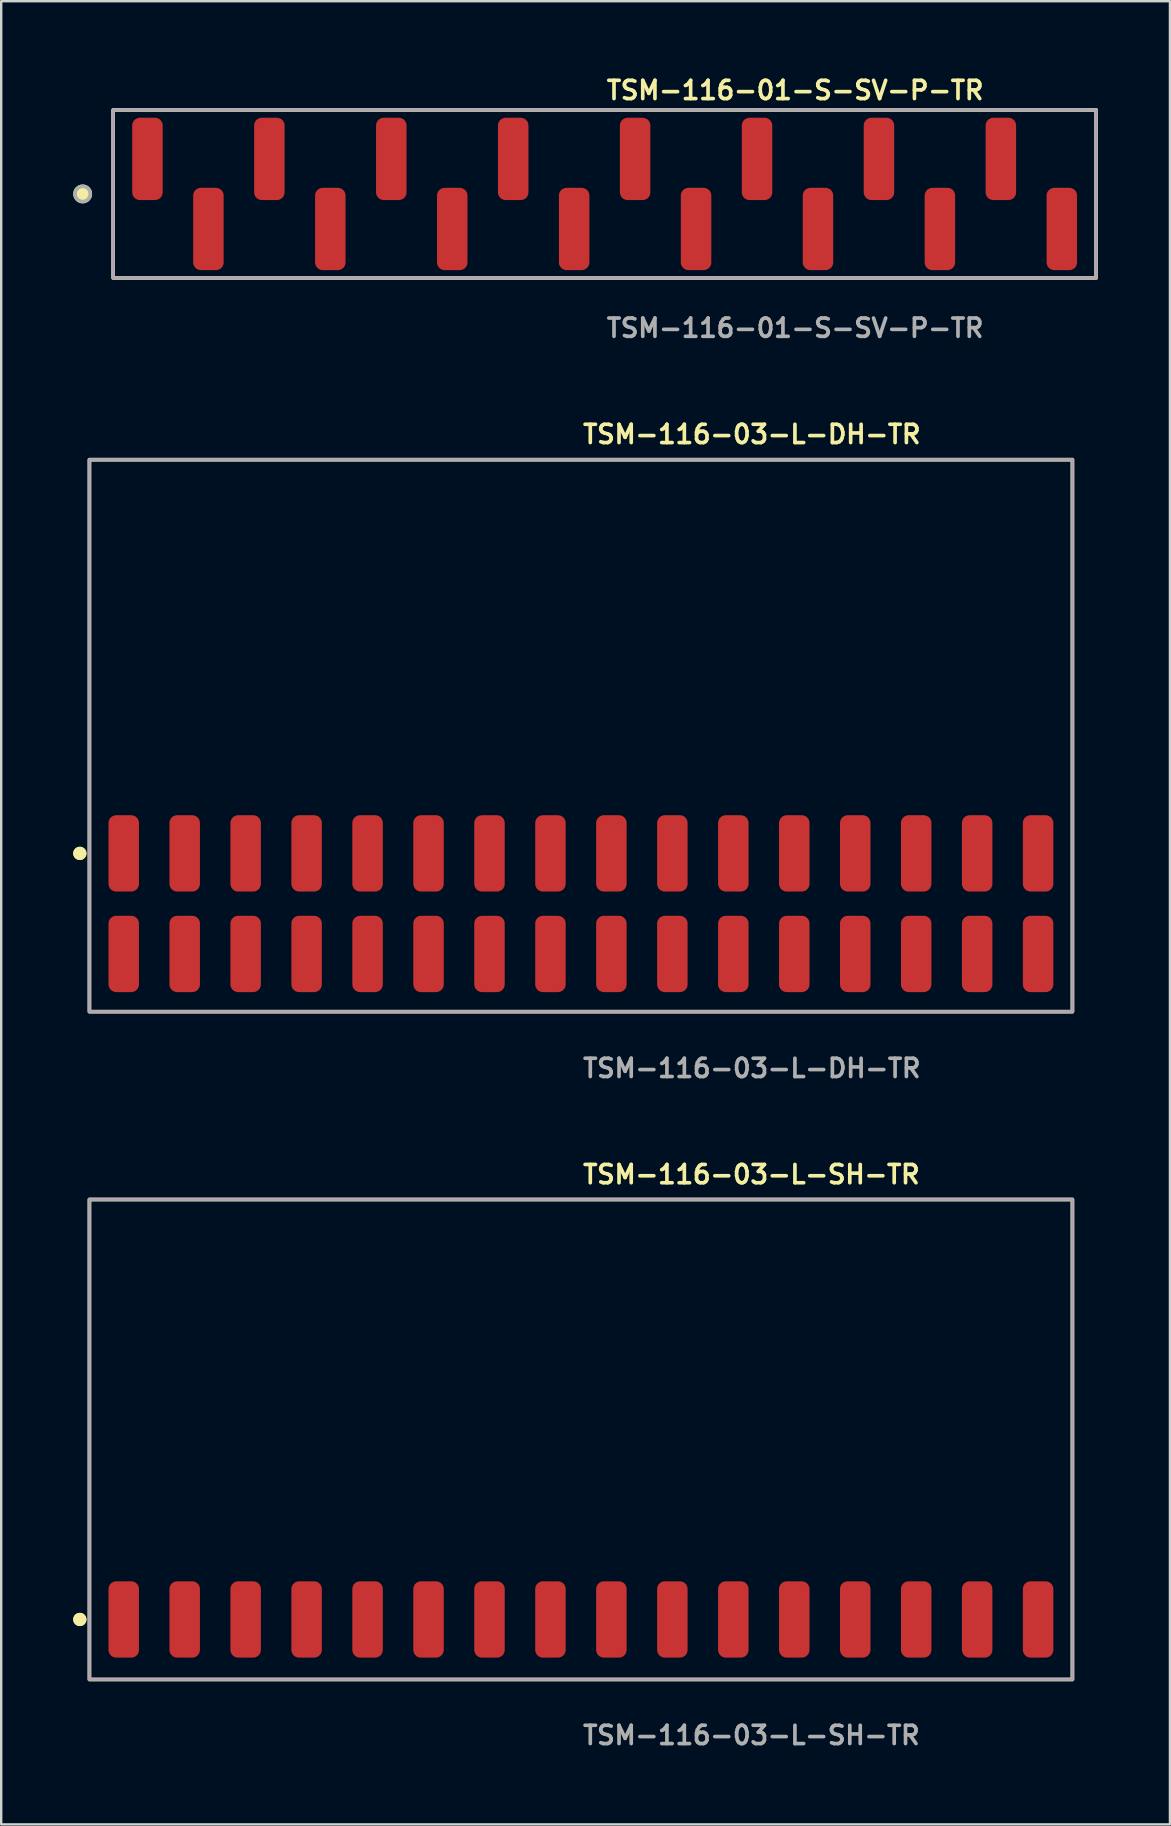
<source format=kicad_pcb>
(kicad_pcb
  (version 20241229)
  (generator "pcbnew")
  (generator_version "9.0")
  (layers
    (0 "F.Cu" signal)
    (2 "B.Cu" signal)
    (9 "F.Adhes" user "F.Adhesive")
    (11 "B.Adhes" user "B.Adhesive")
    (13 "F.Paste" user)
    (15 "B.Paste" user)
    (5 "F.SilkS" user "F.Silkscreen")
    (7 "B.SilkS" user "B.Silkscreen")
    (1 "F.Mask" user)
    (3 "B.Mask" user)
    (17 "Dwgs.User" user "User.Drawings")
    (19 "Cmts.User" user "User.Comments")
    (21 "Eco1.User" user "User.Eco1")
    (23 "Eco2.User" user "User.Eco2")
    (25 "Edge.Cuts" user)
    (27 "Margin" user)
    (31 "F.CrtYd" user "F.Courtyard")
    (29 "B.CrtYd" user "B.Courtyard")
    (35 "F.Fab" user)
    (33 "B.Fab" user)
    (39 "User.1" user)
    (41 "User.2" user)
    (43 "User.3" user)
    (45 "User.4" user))
  (footprint "TSM-116-01-S-SV-P-TR"
    (layer "F.Cu")
    (at 22.144 5.031)
    (property "Reference" "TSM-116-01-S-SV-P-TR" (at 0 -4.318 0) (unlocked yes) (layer "F.SilkS") (effects (font (size 0.762 0.762) (thickness 0.152)) (justify left)))
    (fp_rect (start -20.48 3.5) (end 20.48 -3.5) (stroke (width 0.152) (type solid)) (fill no) (layer "F.SilkS"))
    (fp_circle (center -21.75 0) (end -22.067 0) (stroke (width 0.152) (type solid)) (fill yes) (layer "F.SilkS"))
    (fp_rect (start -20.48 3.5) (end 20.48 -3.5) (stroke (width 0.006) (type solid)) (fill no) (layer "F.CrtYd"))
    (fp_rect (start -20.48 3.5) (end 20.48 -3.5) (stroke (width 0.152) (type solid)) (fill no) (layer "F.Fab"))
    (fp_circle (center -21.75 0) (end -22.067 0) (stroke (width 0.152) (type solid)) (fill no) (layer "F.Fab"))
    (fp_text user "${REFERENCE}" (at 0 5.588 0) (unlocked yes) (layer "F.Fab") (effects (font (size 0.762 0.762) (thickness 0.152)) (justify left)))
    (pad "1" smd roundrect (at -19.05 -1.46) (size 1.27 3.43) (layers "F.Cu" "F.Paste") (roundrect_rratio 0.25))
    (pad "2" smd roundrect (at -16.51 1.46) (size 1.27 3.43) (layers "F.Cu" "F.Paste") (roundrect_rratio 0.25))
    (pad "3" smd roundrect (at -13.97 -1.46) (size 1.27 3.43) (layers "F.Cu" "F.Paste") (roundrect_rratio 0.25))
    (pad "4" smd roundrect (at -11.43 1.46) (size 1.27 3.43) (layers "F.Cu" "F.Paste") (roundrect_rratio 0.25))
    (pad "5" smd roundrect (at -8.89 -1.46) (size 1.27 3.43) (layers "F.Cu" "F.Paste") (roundrect_rratio 0.25))
    (pad "6" smd roundrect (at -6.35 1.46) (size 1.27 3.43) (layers "F.Cu" "F.Paste") (roundrect_rratio 0.25))
    (pad "7" smd roundrect (at -3.81 -1.46) (size 1.27 3.43) (layers "F.Cu" "F.Paste") (roundrect_rratio 0.25))
    (pad "8" smd roundrect (at -1.27 1.46) (size 1.27 3.43) (layers "F.Cu" "F.Paste") (roundrect_rratio 0.25))
    (pad "9" smd roundrect (at 1.27 -1.46) (size 1.27 3.43) (layers "F.Cu" "F.Paste") (roundrect_rratio 0.25))
    (pad "10" smd roundrect (at 3.81 1.46) (size 1.27 3.43) (layers "F.Cu" "F.Paste") (roundrect_rratio 0.25))
    (pad "11" smd roundrect (at 6.35 -1.46) (size 1.27 3.43) (layers "F.Cu" "F.Paste") (roundrect_rratio 0.25))
    (pad "12" smd roundrect (at 8.89 1.46) (size 1.27 3.43) (layers "F.Cu" "F.Paste") (roundrect_rratio 0.25))
    (pad "13" smd roundrect (at 11.43 -1.46) (size 1.27 3.43) (layers "F.Cu" "F.Paste") (roundrect_rratio 0.25))
    (pad "14" smd roundrect (at 13.97 1.46) (size 1.27 3.43) (layers "F.Cu" "F.Paste") (roundrect_rratio 0.25))
    (pad "15" smd roundrect (at 16.51 -1.46) (size 1.27 3.43) (layers "F.Cu" "F.Paste") (roundrect_rratio 0.25))
    (pad "16" smd roundrect (at 19.05 1.46) (size 1.27 3.43) (layers "F.Cu" "F.Paste") (roundrect_rratio 0.25)))
  (footprint "TSM-116-03-L-SH-TR"
    (layer "F.Cu")
    (at 21.156 64.43)
    (property "Reference" "TSM-116-03-L-SH-TR" (at 0 -18.542 0) (unlocked yes) (layer "F.SilkS") (effects (font (size 0.762 0.762) (thickness 0.152)) (justify left)))
    (fp_rect (start -20.48 2.5) (end 20.48 -17.5) (stroke (width 0.152) (type solid)) (fill no) (layer "F.SilkS"))
    (fp_circle (center -20.88 0) (end -21.08 0) (stroke (width 0.152) (type solid)) (fill yes) (layer "F.SilkS"))
    (fp_circle (center -20.88 0) (end -21.08 0) (stroke (width 0.152) (type solid)) (fill yes) (layer "F.SilkS"))
    (fp_rect (start -20.48 2.5) (end 20.48 -17.5) (stroke (width 0.006) (type solid)) (fill no) (layer "F.CrtYd"))
    (fp_rect (start -20.48 2.5) (end 20.48 -17.5) (stroke (width 0.152) (type solid)) (fill no) (layer "F.Fab"))
    (fp_text user "${REFERENCE}" (at 0 4.826 0) (unlocked yes) (layer "F.Fab") (effects (font (size 0.762 0.762) (thickness 0.152)) (justify left)))
    (pad "1" smd roundrect (at -19.05 0) (size 1.27 3.18) (layers "F.Cu" "F.Paste") (roundrect_rratio 0.25))
    (pad "2" smd roundrect (at -16.51 0) (size 1.27 3.18) (layers "F.Cu" "F.Paste") (roundrect_rratio 0.25))
    (pad "3" smd roundrect (at -13.97 0) (size 1.27 3.18) (layers "F.Cu" "F.Paste") (roundrect_rratio 0.25))
    (pad "4" smd roundrect (at -11.43 0) (size 1.27 3.18) (layers "F.Cu" "F.Paste") (roundrect_rratio 0.25))
    (pad "5" smd roundrect (at -8.89 0) (size 1.27 3.18) (layers "F.Cu" "F.Paste") (roundrect_rratio 0.25))
    (pad "6" smd roundrect (at -6.35 0) (size 1.27 3.18) (layers "F.Cu" "F.Paste") (roundrect_rratio 0.25))
    (pad "7" smd roundrect (at -3.81 0) (size 1.27 3.18) (layers "F.Cu" "F.Paste") (roundrect_rratio 0.25))
    (pad "8" smd roundrect (at -1.27 0) (size 1.27 3.18) (layers "F.Cu" "F.Paste") (roundrect_rratio 0.25))
    (pad "9" smd roundrect (at 1.27 0) (size 1.27 3.18) (layers "F.Cu" "F.Paste") (roundrect_rratio 0.25))
    (pad "10" smd roundrect (at 3.81 0) (size 1.27 3.18) (layers "F.Cu" "F.Paste") (roundrect_rratio 0.25))
    (pad "11" smd roundrect (at 6.35 0) (size 1.27 3.18) (layers "F.Cu" "F.Paste") (roundrect_rratio 0.25))
    (pad "12" smd roundrect (at 8.89 0) (size 1.27 3.18) (layers "F.Cu" "F.Paste") (roundrect_rratio 0.25))
    (pad "13" smd roundrect (at 11.43 0) (size 1.27 3.18) (layers "F.Cu" "F.Paste") (roundrect_rratio 0.25))
    (pad "14" smd roundrect (at 13.97 0) (size 1.27 3.18) (layers "F.Cu" "F.Paste") (roundrect_rratio 0.25))
    (pad "15" smd roundrect (at 16.51 0) (size 1.27 3.18) (layers "F.Cu" "F.Paste") (roundrect_rratio 0.25))
    (pad "16" smd roundrect (at 19.05 0) (size 1.27 3.18) (layers "F.Cu" "F.Paste") (roundrect_rratio 0.25)))
  (footprint "TSM-116-03-L-DH-TR"
    (layer "F.Cu")
    (at 21.156 34.604)
    (property "Reference" "TSM-116-03-L-DH-TR" (at 0 -19.558 0) (unlocked yes) (layer "F.SilkS") (effects (font (size 0.762 0.762) (thickness 0.152)) (justify left)))
    (fp_rect (start -20.48 4.5) (end 20.48 -18.5) (stroke (width 0.152) (type solid)) (fill no) (layer "F.SilkS"))
    (fp_circle (center -20.88 -2.095) (end -21.08 -2.095) (stroke (width 0.152) (type solid)) (fill yes) (layer "F.SilkS"))
    (fp_circle (center -20.88 -2.095) (end -21.08 -2.095) (stroke (width 0.152) (type solid)) (fill yes) (layer "F.SilkS"))
    (fp_rect (start -20.48 4.5) (end 20.48 -18.5) (stroke (width 0.006) (type solid)) (fill no) (layer "F.CrtYd"))
    (fp_rect (start -20.48 4.5) (end 20.48 -18.5) (stroke (width 0.152) (type solid)) (fill no) (layer "F.Fab"))
    (fp_text user "${REFERENCE}" (at 0 6.858 0) (unlocked yes) (layer "F.Fab") (effects (font (size 0.762 0.762) (thickness 0.152)) (justify left)))
    (pad "1" smd roundrect (at -19.05 2.095) (size 1.27 3.18) (layers "F.Cu" "F.Paste") (roundrect_rratio 0.25))
    (pad "2" smd roundrect (at -19.05 -2.095) (size 1.27 3.18) (layers "F.Cu" "F.Paste") (roundrect_rratio 0.25))
    (pad "3" smd roundrect (at -16.51 2.095) (size 1.27 3.18) (layers "F.Cu" "F.Paste") (roundrect_rratio 0.25))
    (pad "4" smd roundrect (at -16.51 -2.095) (size 1.27 3.18) (layers "F.Cu" "F.Paste") (roundrect_rratio 0.25))
    (pad "5" smd roundrect (at -13.97 2.095) (size 1.27 3.18) (layers "F.Cu" "F.Paste") (roundrect_rratio 0.25))
    (pad "6" smd roundrect (at -13.97 -2.095) (size 1.27 3.18) (layers "F.Cu" "F.Paste") (roundrect_rratio 0.25))
    (pad "7" smd roundrect (at -11.43 2.095) (size 1.27 3.18) (layers "F.Cu" "F.Paste") (roundrect_rratio 0.25))
    (pad "8" smd roundrect (at -11.43 -2.095) (size 1.27 3.18) (layers "F.Cu" "F.Paste") (roundrect_rratio 0.25))
    (pad "9" smd roundrect (at -8.89 2.095) (size 1.27 3.18) (layers "F.Cu" "F.Paste") (roundrect_rratio 0.25))
    (pad "10" smd roundrect (at -8.89 -2.095) (size 1.27 3.18) (layers "F.Cu" "F.Paste") (roundrect_rratio 0.25))
    (pad "11" smd roundrect (at -6.35 2.095) (size 1.27 3.18) (layers "F.Cu" "F.Paste") (roundrect_rratio 0.25))
    (pad "12" smd roundrect (at -6.35 -2.095) (size 1.27 3.18) (layers "F.Cu" "F.Paste") (roundrect_rratio 0.25))
    (pad "13" smd roundrect (at -3.81 2.095) (size 1.27 3.18) (layers "F.Cu" "F.Paste") (roundrect_rratio 0.25))
    (pad "14" smd roundrect (at -3.81 -2.095) (size 1.27 3.18) (layers "F.Cu" "F.Paste") (roundrect_rratio 0.25))
    (pad "15" smd roundrect (at -1.27 2.095) (size 1.27 3.18) (layers "F.Cu" "F.Paste") (roundrect_rratio 0.25))
    (pad "16" smd roundrect (at -1.27 -2.095) (size 1.27 3.18) (layers "F.Cu" "F.Paste") (roundrect_rratio 0.25))
    (pad "17" smd roundrect (at 1.27 2.095) (size 1.27 3.18) (layers "F.Cu" "F.Paste") (roundrect_rratio 0.25))
    (pad "18" smd roundrect (at 1.27 -2.095) (size 1.27 3.18) (layers "F.Cu" "F.Paste") (roundrect_rratio 0.25))
    (pad "19" smd roundrect (at 3.81 2.095) (size 1.27 3.18) (layers "F.Cu" "F.Paste") (roundrect_rratio 0.25))
    (pad "20" smd roundrect (at 3.81 -2.095) (size 1.27 3.18) (layers "F.Cu" "F.Paste") (roundrect_rratio 0.25))
    (pad "21" smd roundrect (at 6.35 2.095) (size 1.27 3.18) (layers "F.Cu" "F.Paste") (roundrect_rratio 0.25))
    (pad "22" smd roundrect (at 6.35 -2.095) (size 1.27 3.18) (layers "F.Cu" "F.Paste") (roundrect_rratio 0.25))
    (pad "23" smd roundrect (at 8.89 2.095) (size 1.27 3.18) (layers "F.Cu" "F.Paste") (roundrect_rratio 0.25))
    (pad "24" smd roundrect (at 8.89 -2.095) (size 1.27 3.18) (layers "F.Cu" "F.Paste") (roundrect_rratio 0.25))
    (pad "25" smd roundrect (at 11.43 2.095) (size 1.27 3.18) (layers "F.Cu" "F.Paste") (roundrect_rratio 0.25))
    (pad "26" smd roundrect (at 11.43 -2.095) (size 1.27 3.18) (layers "F.Cu" "F.Paste") (roundrect_rratio 0.25))
    (pad "27" smd roundrect (at 13.97 2.095) (size 1.27 3.18) (layers "F.Cu" "F.Paste") (roundrect_rratio 0.25))
    (pad "28" smd roundrect (at 13.97 -2.095) (size 1.27 3.18) (layers "F.Cu" "F.Paste") (roundrect_rratio 0.25))
    (pad "29" smd roundrect (at 16.51 2.095) (size 1.27 3.18) (layers "F.Cu" "F.Paste") (roundrect_rratio 0.25))
    (pad "30" smd roundrect (at 16.51 -2.095) (size 1.27 3.18) (layers "F.Cu" "F.Paste") (roundrect_rratio 0.25))
    (pad "31" smd roundrect (at 19.05 2.095) (size 1.27 3.18) (layers "F.Cu" "F.Paste") (roundrect_rratio 0.25))
    (pad "32" smd roundrect (at 19.05 -2.095) (size 1.27 3.18) (layers "F.Cu" "F.Paste") (roundrect_rratio 0.25)))
  (gr_rect
    (start -3 -3)
    (end 45.7 72.969)
    (stroke (width 0.1) (type default))
    (fill no)
    (layer "Edge.Cuts")))
</source>
